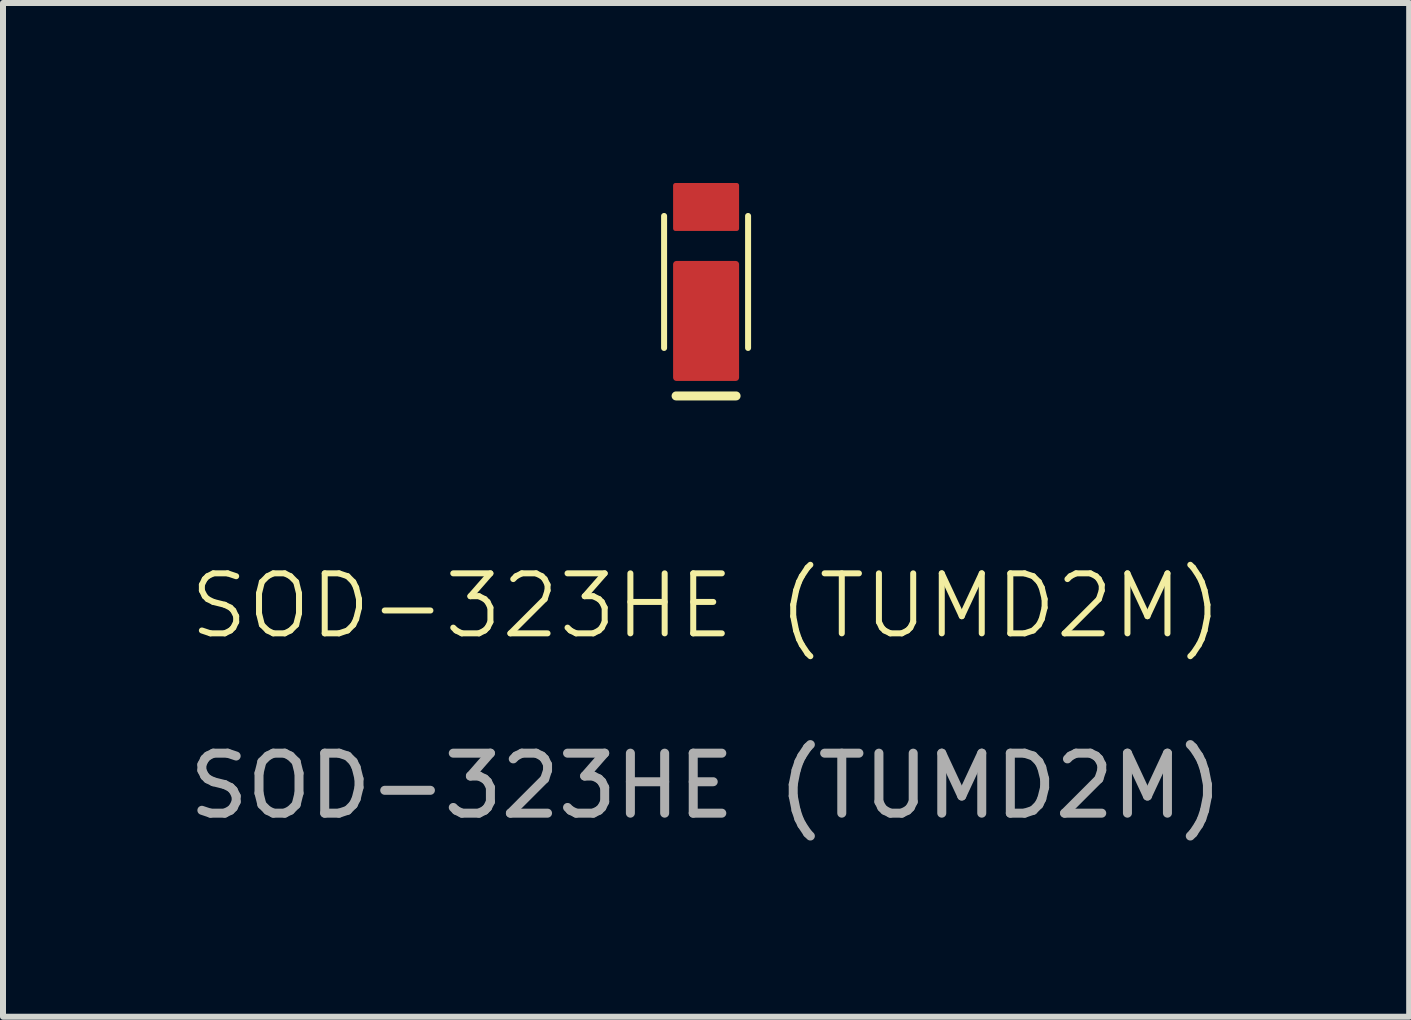
<source format=kicad_pcb>
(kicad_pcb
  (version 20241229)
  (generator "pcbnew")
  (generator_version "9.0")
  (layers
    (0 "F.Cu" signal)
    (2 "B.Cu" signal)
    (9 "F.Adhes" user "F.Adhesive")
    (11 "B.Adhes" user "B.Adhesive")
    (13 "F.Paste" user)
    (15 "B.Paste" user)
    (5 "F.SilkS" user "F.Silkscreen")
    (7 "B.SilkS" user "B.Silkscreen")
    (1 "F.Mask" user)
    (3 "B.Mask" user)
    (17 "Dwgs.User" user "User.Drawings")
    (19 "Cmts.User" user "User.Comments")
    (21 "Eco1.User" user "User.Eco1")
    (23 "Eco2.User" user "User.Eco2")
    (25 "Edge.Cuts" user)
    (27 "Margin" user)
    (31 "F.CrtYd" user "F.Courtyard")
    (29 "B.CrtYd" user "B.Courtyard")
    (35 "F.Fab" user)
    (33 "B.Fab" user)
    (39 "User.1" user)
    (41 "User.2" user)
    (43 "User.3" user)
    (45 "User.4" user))
  (footprint "SOD-323HE (TUMD2M)"
    (layer "F.Cu")
    (at 8.72 1.65)
    (property "Reference" "SOD-323HE (TUMD2M)" (at 0 5.4 0) (unlocked yes) (layer "F.SilkS") (effects (font (size 1 1) (thickness 0.1))))
    (attr smd)
    (fp_line (start -0.7 -1.1) (end -0.7 1.1) (stroke (width 0.1) (type default)) (layer "F.SilkS"))
    (fp_line (start -0.5 1.9) (end 0.5 1.9) (stroke (width 0.15) (type default)) (layer "F.SilkS"))
    (fp_line (start 0.7 -1.1) (end 0.7 1.1) (stroke (width 0.1) (type default)) (layer "F.SilkS"))
    (fp_text user "${REFERENCE}" (at 0 8.4 0) (unlocked yes) (layer "F.Fab") (effects (font (size 1 1) (thickness 0.15))))
    (pad "1" smd roundrect (at 0 0.65) (size 1.1 2) (layers "F.Cu" "F.Mask" "F.Paste") (roundrect_rratio 0.05))
    (pad "2" smd roundrect (at 0 -1.25) (size 1.1 0.8) (layers "F.Cu" "F.Mask" "F.Paste") (roundrect_rratio 0.05)))
  (gr_rect
    (start -3 -3)
    (end 20.44 13.898)
    (stroke (width 0.1) (type default))
    (fill no)
    (layer "Edge.Cuts")))
</source>
